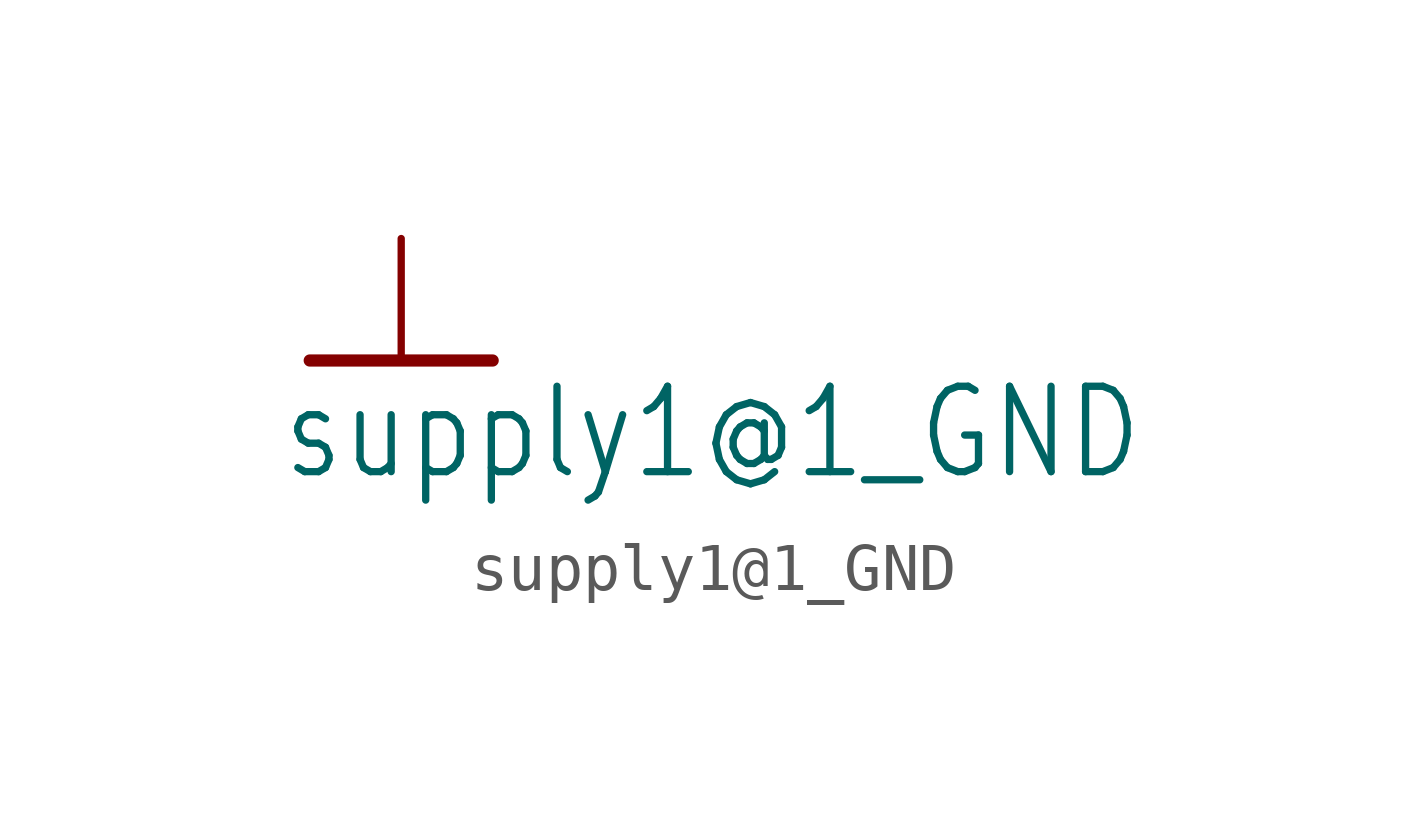
<source format=kicad_sym>
(kicad_symbol_lib
  (version 20220914)
  (generator kicad_symbol_editor)
  (symbol "supply1@1_GND"
    (power)
    (property "Reference" "#GND"
      (at 0 0 0)
      (effects (font (size 1.27 1.27)) hide))
    (property "Value" "supply1@1_GND"
      (at -2.54 -2.54 0)
      (effects (font (size 1.778 1.511)) (justify left bottom)))
    (property "ki_locked" ""
      (at 0 0 0)
      (effects (font (size 1.27 1.27))))
    (symbol "supply1@1_GND_1_0"
      (polyline (pts (xy -1.905 0) (xy 1.905 0)) (stroke (width 0.254) (type solid)) (fill (type none)))
      (pin power_in line (at 0 2.54 270) (length 2.54) (name "GND" (effects (font (size 0 0)))) (number "1" (effects (font (size 0 0))))))))
</source>
